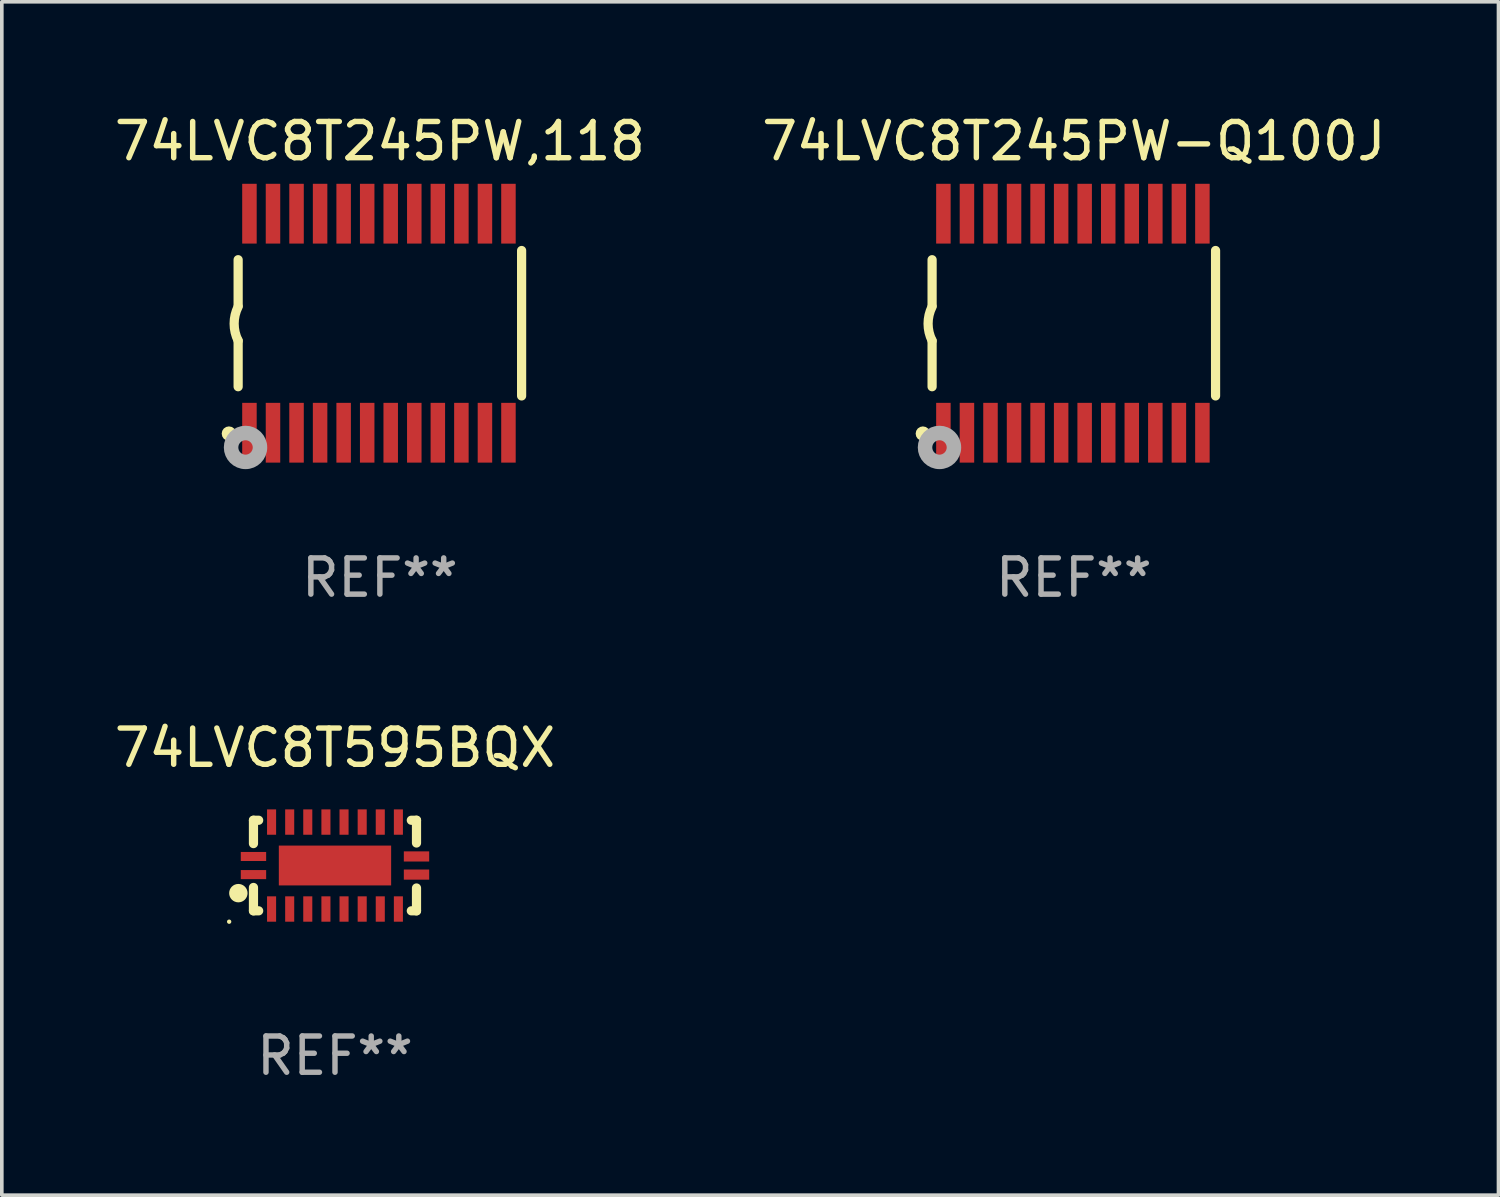
<source format=kicad_pcb>
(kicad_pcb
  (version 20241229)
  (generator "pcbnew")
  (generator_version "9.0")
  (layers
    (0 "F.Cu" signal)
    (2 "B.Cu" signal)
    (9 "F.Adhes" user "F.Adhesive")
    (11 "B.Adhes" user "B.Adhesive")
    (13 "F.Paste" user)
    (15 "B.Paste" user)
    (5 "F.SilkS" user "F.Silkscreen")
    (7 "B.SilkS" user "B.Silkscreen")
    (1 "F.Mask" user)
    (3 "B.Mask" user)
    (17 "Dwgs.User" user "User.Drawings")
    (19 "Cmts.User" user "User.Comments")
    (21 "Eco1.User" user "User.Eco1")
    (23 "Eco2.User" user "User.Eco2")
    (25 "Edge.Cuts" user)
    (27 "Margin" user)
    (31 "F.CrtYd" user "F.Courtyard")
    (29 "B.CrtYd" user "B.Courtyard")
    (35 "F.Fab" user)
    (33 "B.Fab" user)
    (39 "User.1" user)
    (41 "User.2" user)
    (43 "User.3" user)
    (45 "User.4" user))
  (footprint "74LVC8T245PW-Q100J"
    (layer "F.Cu")
    (at 26.589 5.871)
    (property "Reference" "74LVC8T245PW-Q100J" (at 0 -5.023 0) (layer "F.SilkS") (effects (font (size 1 1) (thickness 0.15))))
    (attr through_hole)
    (fp_line (start -3.912 -0.483) (end -3.912 -1.753) (stroke (width 0.254) (type solid)) (layer "F.SilkS"))
    (fp_line (start -3.912 1.753) (end -3.912 0.483) (stroke (width 0.254) (type solid)) (layer "F.SilkS"))
    (fp_line (start 3.912 -2.007) (end 3.912 2.007) (stroke (width 0.254) (type solid)) (layer "F.SilkS"))
    (fp_arc (start -3.911608 0.482601) (mid -4.022537 0.0127) (end -3.911608 -0.457201) (stroke (width 0.254001) (type solid)) (layer "F.SilkS"))
    (fp_circle (center -4.166 3.048) (end -4.066 3.048) (stroke (width 0.2) (type solid)) (fill no) (layer "F.SilkS"))
    (fp_circle (center -3.925 3.186) (end -3.895 3.186) (stroke (width 0.06) (type solid)) (fill no) (layer "F.SilkS"))
    (fp_circle (center -3.708 3.429) (end -3.509 3.429) (stroke (width 0.4) (type solid)) (fill no) (layer "F.Fab"))
    (fp_text user "REF**" (at 0 7.023 0) (layer "F.Fab") (effects (font (size 1 1) (thickness 0.15))))
    (pad "1" smd rect (at -3.6 3.023) (size 0.4 1.65) (layers "F.Cu" "F.Mask" "F.Paste"))
    (pad "2" smd rect (at -2.95 3.023) (size 0.4 1.65) (layers "F.Cu" "F.Mask" "F.Paste"))
    (pad "3" smd rect (at -2.3 3.023) (size 0.4 1.65) (layers "F.Cu" "F.Mask" "F.Paste"))
    (pad "4" smd rect (at -1.65 3.023) (size 0.4 1.65) (layers "F.Cu" "F.Mask" "F.Paste"))
    (pad "5" smd rect (at -1 3.023) (size 0.4 1.65) (layers "F.Cu" "F.Mask" "F.Paste"))
    (pad "6" smd rect (at -0.35 3.023) (size 0.4 1.65) (layers "F.Cu" "F.Mask" "F.Paste"))
    (pad "7" smd rect (at 0.299 3.023) (size 0.4 1.65) (layers "F.Cu" "F.Mask" "F.Paste"))
    (pad "8" smd rect (at 0.95 3.023) (size 0.4 1.65) (layers "F.Cu" "F.Mask" "F.Paste"))
    (pad "9" smd rect (at 1.6 3.023) (size 0.4 1.65) (layers "F.Cu" "F.Mask" "F.Paste"))
    (pad "10" smd rect (at 2.25 3.023) (size 0.4 1.65) (layers "F.Cu" "F.Mask" "F.Paste"))
    (pad "11" smd rect (at 2.9 3.023) (size 0.4 1.65) (layers "F.Cu" "F.Mask" "F.Paste"))
    (pad "12" smd rect (at 3.549 3.023) (size 0.4 1.65) (layers "F.Cu" "F.Mask" "F.Paste"))
    (pad "13" smd rect (at 3.549 -3.023) (size 0.4 1.65) (layers "F.Cu" "F.Mask" "F.Paste"))
    (pad "14" smd rect (at 2.9 -3.023) (size 0.4 1.65) (layers "F.Cu" "F.Mask" "F.Paste"))
    (pad "15" smd rect (at 2.25 -3.023) (size 0.4 1.65) (layers "F.Cu" "F.Mask" "F.Paste"))
    (pad "16" smd rect (at 1.6 -3.023) (size 0.4 1.65) (layers "F.Cu" "F.Mask" "F.Paste"))
    (pad "17" smd rect (at 0.95 -3.023) (size 0.4 1.65) (layers "F.Cu" "F.Mask" "F.Paste"))
    (pad "18" smd rect (at 0.299 -3.023) (size 0.4 1.65) (layers "F.Cu" "F.Mask" "F.Paste"))
    (pad "19" smd rect (at -0.35 -3.023) (size 0.4 1.65) (layers "F.Cu" "F.Mask" "F.Paste"))
    (pad "20" smd rect (at -1 -3.023) (size 0.4 1.65) (layers "F.Cu" "F.Mask" "F.Paste"))
    (pad "21" smd rect (at -1.65 -3.023) (size 0.4 1.65) (layers "F.Cu" "F.Mask" "F.Paste"))
    (pad "22" smd rect (at -2.3 -3.023) (size 0.4 1.65) (layers "F.Cu" "F.Mask" "F.Paste"))
    (pad "23" smd rect (at -2.95 -3.023) (size 0.4 1.65) (layers "F.Cu" "F.Mask" "F.Paste"))
    (pad "24" smd rect (at -3.6 -3.023) (size 0.4 1.65) (layers "F.Cu" "F.Mask" "F.Paste")))
  (footprint "74LVC8T595BQX"
    (layer "F.Cu")
    (at 6.196 20.84)
    (property "Reference" "74LVC8T595BQX" (at 0 -3.25 0) (layer "F.SilkS") (effects (font (size 1 1) (thickness 0.15))))
    (attr through_hole)
    (fp_line (start -2.25 0.605) (end -2.25 1.25) (stroke (width 0.254) (type solid)) (layer "F.SilkS"))
    (fp_line (start -2.25 1.25) (end -2.107 1.25) (stroke (width 0.254) (type solid)) (layer "F.SilkS"))
    (fp_line (start -2.25 -1.25) (end -2.25 -0.606) (stroke (width 0.254) (type solid)) (layer "F.SilkS"))
    (fp_line (start -2.25 -1.25) (end -2.107 -1.25) (stroke (width 0.254) (type solid)) (layer "F.SilkS"))
    (fp_line (start 2.107 -1.25) (end 2.25 -1.25) (stroke (width 0.254) (type solid)) (layer "F.SilkS"))
    (fp_line (start 2.107 1.25) (end 2.25 1.25) (stroke (width 0.254) (type solid)) (layer "F.SilkS"))
    (fp_line (start 2.25 -1.25) (end 2.25 -0.622) (stroke (width 0.254) (type solid)) (layer "F.SilkS"))
    (fp_line (start 2.25 0.62) (end 2.25 1.25) (stroke (width 0.254) (type solid)) (layer "F.SilkS"))
    (fp_circle (center -2.921 1.55) (end -2.891 1.55) (stroke (width 0.06) (type solid)) (fill no) (layer "F.SilkS"))
    (fp_circle (center -2.667 0.762) (end -2.54 0.762) (stroke (width 0.254) (type solid)) (fill no) (layer "F.SilkS"))
    (fp_text user "REF**" (at 0 5.25 0) (layer "F.Fab") (effects (font (size 1 1) (thickness 0.15))))
    (pad "1" smd rect (at -2.25 0.25 180) (size 0.7 0.25) (layers "F.Cu" "F.Mask" "F.Paste"))
    (pad "2" smd rect (at -1.75 1.2 90) (size 0.7 0.25) (layers "F.Cu" "F.Mask" "F.Paste"))
    (pad "3" smd rect (at -1.25 1.2 90) (size 0.7 0.25) (layers "F.Cu" "F.Mask" "F.Paste"))
    (pad "4" smd rect (at -0.751 1.2 90) (size 0.7 0.25) (layers "F.Cu" "F.Mask" "F.Paste"))
    (pad "5" smd rect (at -0.25 1.2 90) (size 0.7 0.25) (layers "F.Cu" "F.Mask" "F.Paste"))
    (pad "6" smd rect (at 0.25 1.2 90) (size 0.7 0.25) (layers "F.Cu" "F.Mask" "F.Paste"))
    (pad "7" smd rect (at 0.751 1.2 90) (size 0.7 0.25) (layers "F.Cu" "F.Mask" "F.Paste"))
    (pad "8" smd rect (at 1.25 1.2 90) (size 0.7 0.25) (layers "F.Cu" "F.Mask" "F.Paste"))
    (pad "9" smd rect (at 1.75 1.2 90) (size 0.7 0.25) (layers "F.Cu" "F.Mask" "F.Paste"))
    (pad "10" smd rect (at 2.25 0.25 180) (size 0.7 0.28) (layers "F.Cu" "F.Mask" "F.Paste"))
    (pad "11" smd rect (at 2.25 -0.251 180) (size 0.7 0.28) (layers "F.Cu" "F.Mask" "F.Paste"))
    (pad "12" smd rect (at 1.75 -1.2 90) (size 0.7 0.25) (layers "F.Cu" "F.Mask" "F.Paste"))
    (pad "13" smd rect (at 1.25 -1.2 90) (size 0.7 0.25) (layers "F.Cu" "F.Mask" "F.Paste"))
    (pad "14" smd rect (at 0.751 -1.2 90) (size 0.7 0.25) (layers "F.Cu" "F.Mask" "F.Paste"))
    (pad "15" smd rect (at 0.25 -1.2 90) (size 0.7 0.25) (layers "F.Cu" "F.Mask" "F.Paste"))
    (pad "16" smd rect (at -0.25 -1.2 90) (size 0.7 0.25) (layers "F.Cu" "F.Mask" "F.Paste"))
    (pad "17" smd rect (at -0.751 -1.2 90) (size 0.7 0.25) (layers "F.Cu" "F.Mask" "F.Paste"))
    (pad "18" smd rect (at -1.25 -1.2 90) (size 0.7 0.25) (layers "F.Cu" "F.Mask" "F.Paste"))
    (pad "19" smd rect (at -1.75 -1.2 90) (size 0.7 0.25) (layers "F.Cu" "F.Mask" "F.Paste"))
    (pad "20" smd rect (at -2.25 -0.25 180) (size 0.7 0.25) (layers "F.Cu" "F.Mask" "F.Paste"))
    (pad "21" smd rect (at 0 -0.001 180) (size 3.1 1.1) (layers "F.Cu" "F.Mask" "F.Paste")))
  (footprint "74LVC8T245PW,118"
    (layer "F.Cu")
    (at 7.435 5.871)
    (property "Reference" "74LVC8T245PW,118" (at 0 -5.023 0) (layer "F.SilkS") (effects (font (size 1 1) (thickness 0.15))))
    (attr through_hole)
    (fp_line (start -3.912 -0.483) (end -3.912 -1.753) (stroke (width 0.254) (type solid)) (layer "F.SilkS"))
    (fp_line (start -3.912 1.753) (end -3.912 0.483) (stroke (width 0.254) (type solid)) (layer "F.SilkS"))
    (fp_line (start 3.912 -2.007) (end 3.912 2.007) (stroke (width 0.254) (type solid)) (layer "F.SilkS"))
    (fp_arc (start -3.911608 0.482601) (mid -4.022537 0.0127) (end -3.911608 -0.457201) (stroke (width 0.254001) (type solid)) (layer "F.SilkS"))
    (fp_circle (center -4.166 3.048) (end -4.066 3.048) (stroke (width 0.2) (type solid)) (fill no) (layer "F.SilkS"))
    (fp_circle (center -3.925 3.186) (end -3.895 3.186) (stroke (width 0.06) (type solid)) (fill no) (layer "F.SilkS"))
    (fp_circle (center -3.708 3.429) (end -3.509 3.429) (stroke (width 0.4) (type solid)) (fill no) (layer "F.Fab"))
    (fp_text user "REF**" (at 0 7.023 0) (layer "F.Fab") (effects (font (size 1 1) (thickness 0.15))))
    (pad "1" smd rect (at -3.6 3.023) (size 0.4 1.65) (layers "F.Cu" "F.Mask" "F.Paste"))
    (pad "2" smd rect (at -2.95 3.023) (size 0.4 1.65) (layers "F.Cu" "F.Mask" "F.Paste"))
    (pad "3" smd rect (at -2.3 3.023) (size 0.4 1.65) (layers "F.Cu" "F.Mask" "F.Paste"))
    (pad "4" smd rect (at -1.65 3.023) (size 0.4 1.65) (layers "F.Cu" "F.Mask" "F.Paste"))
    (pad "5" smd rect (at -1 3.023) (size 0.4 1.65) (layers "F.Cu" "F.Mask" "F.Paste"))
    (pad "6" smd rect (at -0.35 3.023) (size 0.4 1.65) (layers "F.Cu" "F.Mask" "F.Paste"))
    (pad "7" smd rect (at 0.299 3.023) (size 0.4 1.65) (layers "F.Cu" "F.Mask" "F.Paste"))
    (pad "8" smd rect (at 0.95 3.023) (size 0.4 1.65) (layers "F.Cu" "F.Mask" "F.Paste"))
    (pad "9" smd rect (at 1.6 3.023) (size 0.4 1.65) (layers "F.Cu" "F.Mask" "F.Paste"))
    (pad "10" smd rect (at 2.25 3.023) (size 0.4 1.65) (layers "F.Cu" "F.Mask" "F.Paste"))
    (pad "11" smd rect (at 2.9 3.023) (size 0.4 1.65) (layers "F.Cu" "F.Mask" "F.Paste"))
    (pad "12" smd rect (at 3.549 3.023) (size 0.4 1.65) (layers "F.Cu" "F.Mask" "F.Paste"))
    (pad "13" smd rect (at 3.549 -3.023) (size 0.4 1.65) (layers "F.Cu" "F.Mask" "F.Paste"))
    (pad "14" smd rect (at 2.9 -3.023) (size 0.4 1.65) (layers "F.Cu" "F.Mask" "F.Paste"))
    (pad "15" smd rect (at 2.25 -3.023) (size 0.4 1.65) (layers "F.Cu" "F.Mask" "F.Paste"))
    (pad "16" smd rect (at 1.6 -3.023) (size 0.4 1.65) (layers "F.Cu" "F.Mask" "F.Paste"))
    (pad "17" smd rect (at 0.95 -3.023) (size 0.4 1.65) (layers "F.Cu" "F.Mask" "F.Paste"))
    (pad "18" smd rect (at 0.299 -3.023) (size 0.4 1.65) (layers "F.Cu" "F.Mask" "F.Paste"))
    (pad "19" smd rect (at -0.35 -3.023) (size 0.4 1.65) (layers "F.Cu" "F.Mask" "F.Paste"))
    (pad "20" smd rect (at -1 -3.023) (size 0.4 1.65) (layers "F.Cu" "F.Mask" "F.Paste"))
    (pad "21" smd rect (at -1.65 -3.023) (size 0.4 1.65) (layers "F.Cu" "F.Mask" "F.Paste"))
    (pad "22" smd rect (at -2.3 -3.023) (size 0.4 1.65) (layers "F.Cu" "F.Mask" "F.Paste"))
    (pad "23" smd rect (at -2.95 -3.023) (size 0.4 1.65) (layers "F.Cu" "F.Mask" "F.Paste"))
    (pad "24" smd rect (at -3.6 -3.023) (size 0.4 1.65) (layers "F.Cu" "F.Mask" "F.Paste")))
  (gr_rect
    (start -3 -3)
    (end 38.31 29.938)
    (stroke (width 0.1) (type default))
    (fill no)
    (layer "Edge.Cuts")))
</source>
